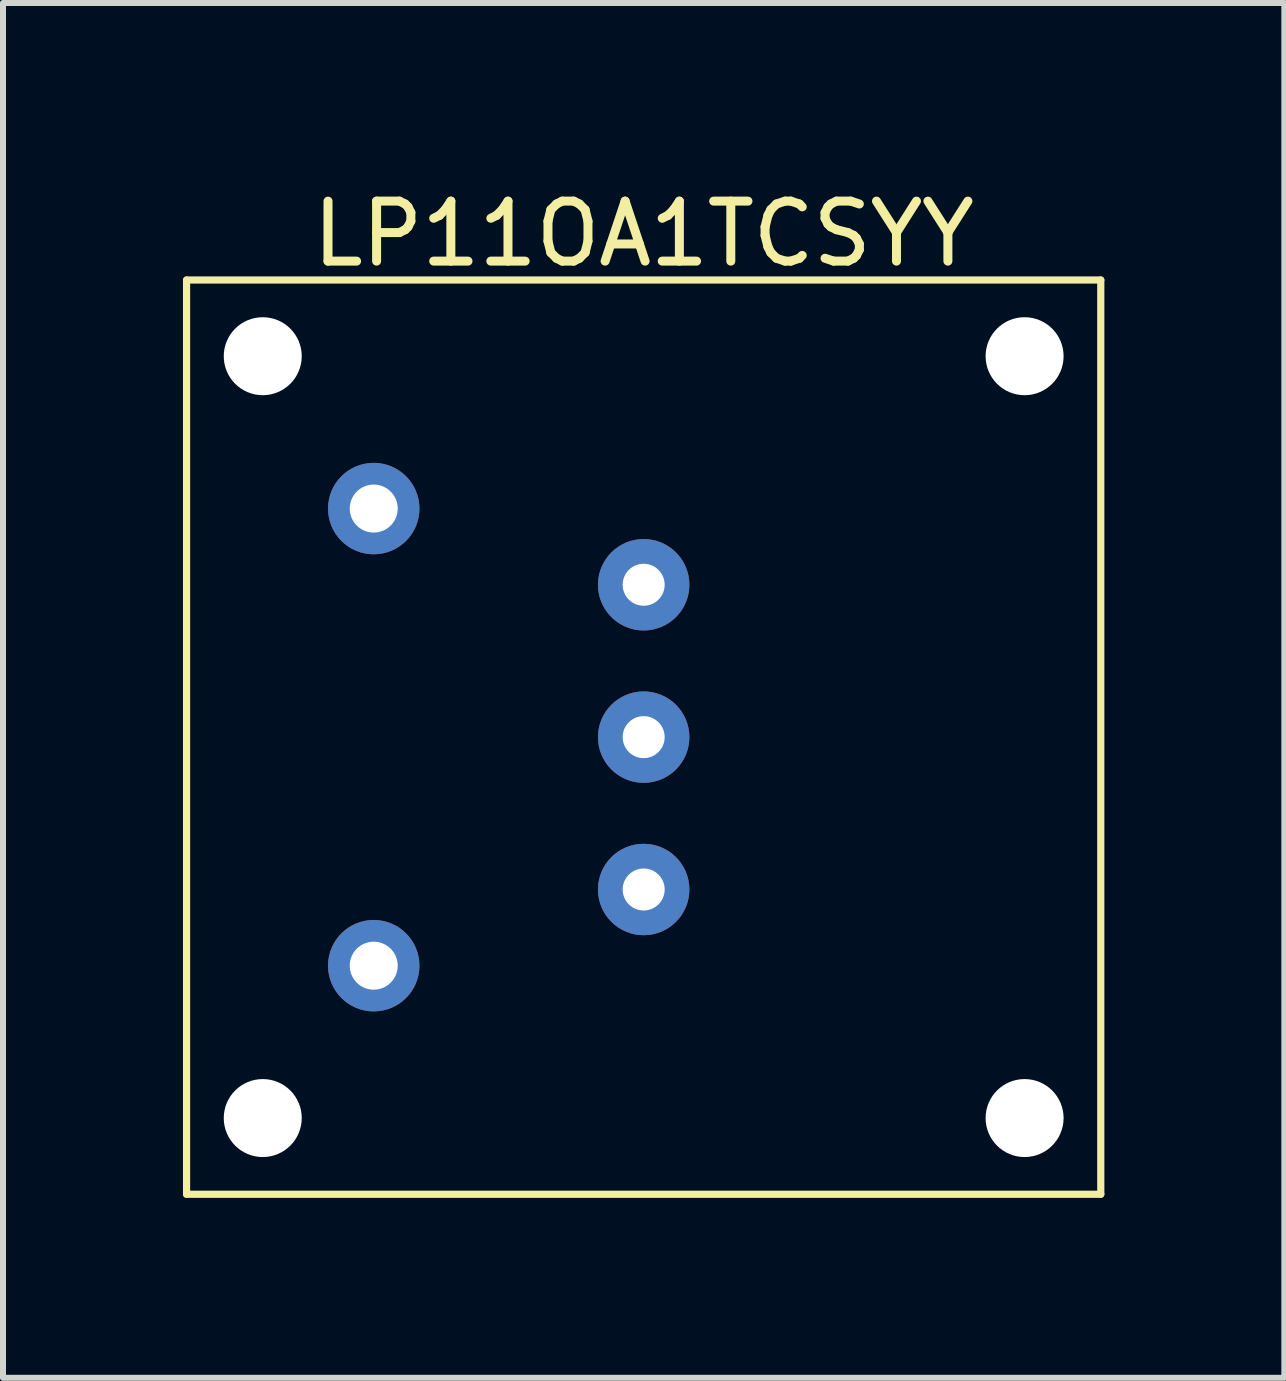
<source format=kicad_pcb>
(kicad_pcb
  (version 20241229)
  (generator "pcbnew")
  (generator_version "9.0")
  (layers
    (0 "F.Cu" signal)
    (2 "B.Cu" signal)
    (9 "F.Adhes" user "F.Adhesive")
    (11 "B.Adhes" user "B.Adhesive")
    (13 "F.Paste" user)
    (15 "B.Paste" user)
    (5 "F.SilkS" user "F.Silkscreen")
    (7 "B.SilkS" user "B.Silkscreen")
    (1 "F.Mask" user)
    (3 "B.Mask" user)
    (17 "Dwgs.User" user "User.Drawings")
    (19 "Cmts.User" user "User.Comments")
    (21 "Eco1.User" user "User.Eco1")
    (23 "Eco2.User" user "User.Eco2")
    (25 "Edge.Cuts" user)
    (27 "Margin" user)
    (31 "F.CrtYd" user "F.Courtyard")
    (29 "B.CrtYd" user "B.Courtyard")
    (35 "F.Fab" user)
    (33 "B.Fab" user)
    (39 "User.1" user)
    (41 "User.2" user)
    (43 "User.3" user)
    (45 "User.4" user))
  (footprint "LP11OA1TCSYY"
    (layer "F.Cu")
    (at 7.68 4.158)
    (property "Reference" "LP11OA1TCSYY" (at 0 -3.31 0) (layer "F.SilkS") (effects (font (size 1 1) (thickness 0.15))))
    (attr through_hole)
    (fp_line (start -7.62 -2.54) (end -7.62 12.7) (stroke (width 0.12) (type solid)) (layer "F.SilkS"))
    (fp_line (start -7.62 12.7) (end 7.62 12.7) (stroke (width 0.12) (type solid)) (layer "F.SilkS"))
    (fp_line (start 7.62 -2.54) (end -7.62 -2.54) (stroke (width 0.12) (type solid)) (layer "F.SilkS"))
    (fp_line (start 7.62 12.7) (end 7.62 -2.54) (stroke (width 0.12) (type solid)) (layer "F.SilkS"))
    (pad "" np_thru_hole circle (at -6.35 -1.27) (size 1.3 1.3) (drill 1.3) (layers "*.Cu" "*.Mask"))
    (pad "" np_thru_hole circle (at -6.35 11.43) (size 1.3 1.3) (drill 1.3) (layers "*.Cu" "*.Mask"))
    (pad "" np_thru_hole circle (at 6.35 -1.27) (size 1.3 1.3) (drill 1.3) (layers "*.Cu" "*.Mask"))
    (pad "" np_thru_hole circle (at 6.35 11.43) (size 1.3 1.3) (drill 1.3) (layers "*.Cu" "*.Mask"))
    (pad "1" thru_hole circle (at -4.5 8.89) (size 1.524 1.524) (drill 0.8) (layers "*.Cu" "*.Mask"))
    (pad "2" thru_hole circle (at -4.5 1.27) (size 1.524 1.524) (drill 0.8) (layers "*.Cu" "*.Mask"))
    (pad "L1" thru_hole circle (at 0 7.62) (size 1.524 1.524) (drill 0.7) (layers "*.Cu" "*.Mask"))
    (pad "L2" thru_hole circle (at 0 2.54) (size 1.524 1.524) (drill 0.7) (layers "*.Cu" "*.Mask"))
    (pad "LC" thru_hole circle (at 0 5.08) (size 1.524 1.524) (drill 0.7) (layers "*.Cu" "*.Mask")))
  (gr_rect
    (start -3 -3)
    (end 18.36 19.918)
    (stroke (width 0.1) (type default))
    (fill no)
    (layer "Edge.Cuts")))
</source>
